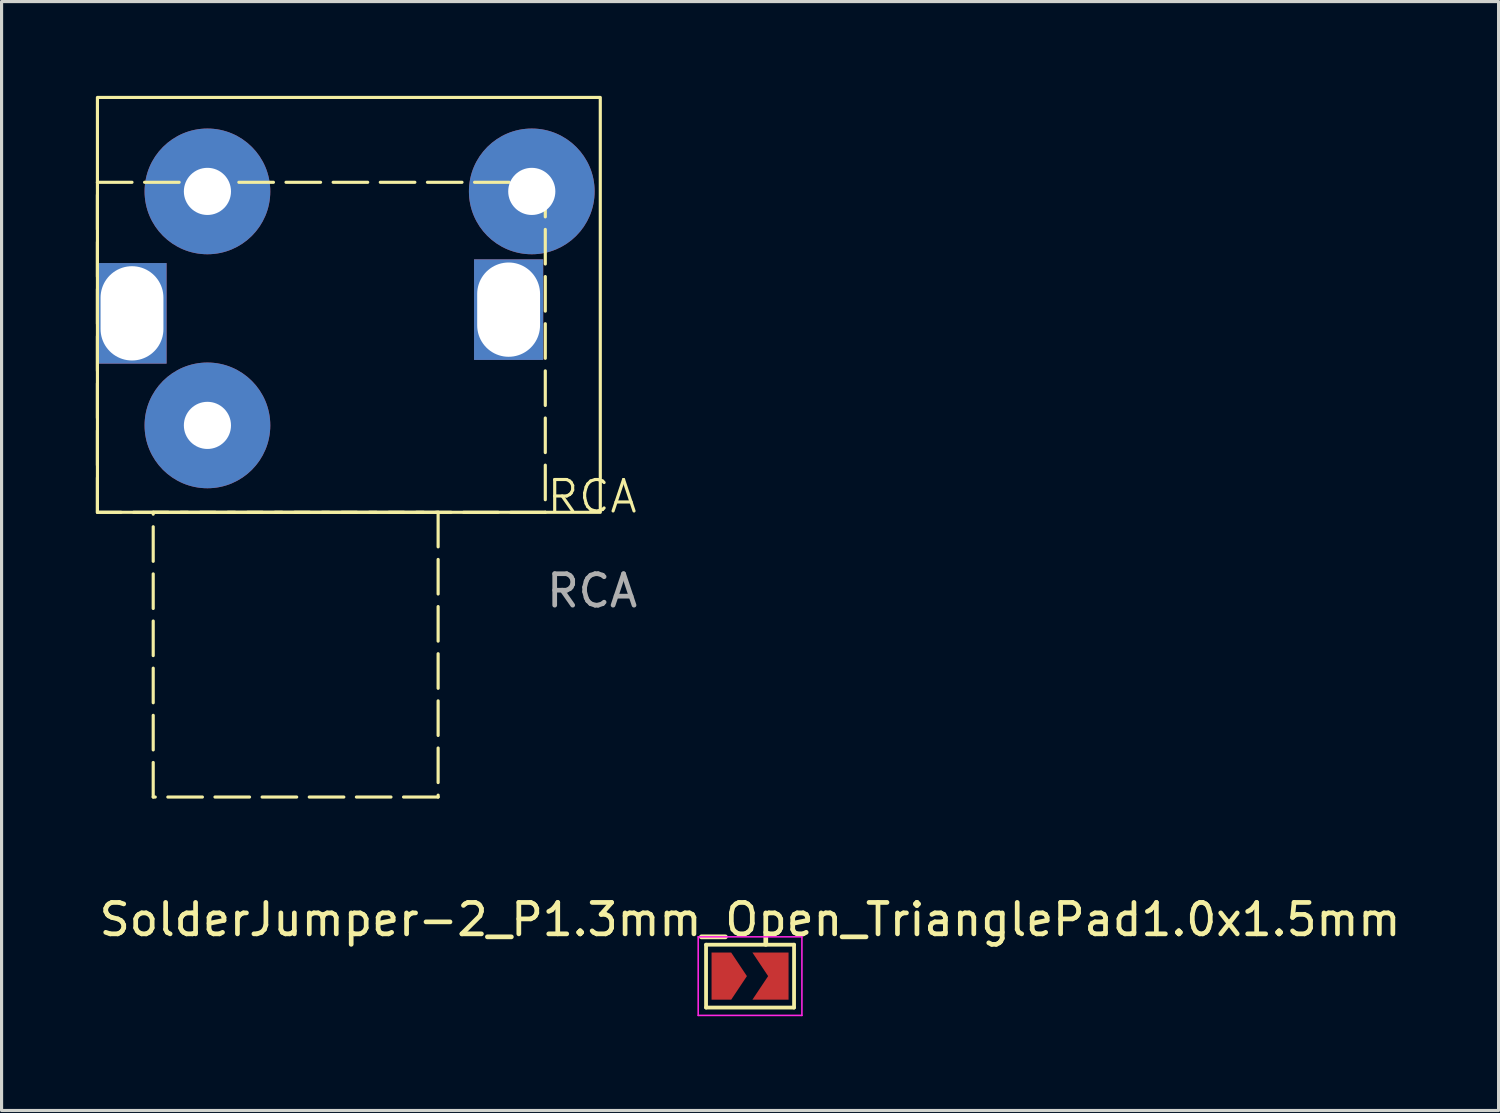
<source format=kicad_pcb>
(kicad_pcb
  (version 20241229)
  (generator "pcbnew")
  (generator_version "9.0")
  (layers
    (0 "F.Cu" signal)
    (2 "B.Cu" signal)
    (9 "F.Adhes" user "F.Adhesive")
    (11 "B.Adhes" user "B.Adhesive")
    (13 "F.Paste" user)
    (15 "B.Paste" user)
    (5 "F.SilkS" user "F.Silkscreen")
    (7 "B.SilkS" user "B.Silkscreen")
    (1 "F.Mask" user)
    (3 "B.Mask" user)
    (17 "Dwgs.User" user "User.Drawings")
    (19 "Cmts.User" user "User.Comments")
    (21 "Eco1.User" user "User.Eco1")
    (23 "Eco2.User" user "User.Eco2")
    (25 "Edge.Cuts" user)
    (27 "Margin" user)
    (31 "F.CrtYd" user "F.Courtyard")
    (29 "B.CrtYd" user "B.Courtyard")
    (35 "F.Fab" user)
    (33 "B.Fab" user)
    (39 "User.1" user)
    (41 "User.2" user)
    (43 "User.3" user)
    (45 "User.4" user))
  (footprint "SolderJumper-2_P1.3mm_Open_TrianglePad1.0x1.5mm"
    (layer "F.Cu")
    (at 20.815 28.008)
    (property "Reference" "SolderJumper-2_P1.3mm_Open_TrianglePad1.0x1.5mm" (at 0 -1.8 0) (layer "F.SilkS") (effects (font (size 1 1) (thickness 0.15))))
    (attr exclude_from_pos_files exclude_from_bom)
    (fp_line (start -1.4 -1) (end 1.4 -1) (stroke (width 0.12) (type solid)) (layer "F.SilkS"))
    (fp_line (start -1.4 1) (end -1.4 -1) (stroke (width 0.12) (type solid)) (layer "F.SilkS"))
    (fp_line (start 1.4 -1) (end 1.4 1) (stroke (width 0.12) (type solid)) (layer "F.SilkS"))
    (fp_line (start 1.4 1) (end -1.4 1) (stroke (width 0.12) (type solid)) (layer "F.SilkS"))
    (fp_line (start -1.65 -1.25) (end -1.65 1.25) (stroke (width 0.05) (type solid)) (layer "F.CrtYd"))
    (fp_line (start -1.65 -1.25) (end 1.65 -1.25) (stroke (width 0.05) (type solid)) (layer "F.CrtYd"))
    (fp_line (start 1.65 1.25) (end -1.65 1.25) (stroke (width 0.05) (type solid)) (layer "F.CrtYd"))
    (fp_line (start 1.65 1.25) (end 1.65 -1.25) (stroke (width 0.05) (type solid)) (layer "F.CrtYd"))
    (pad "1" smd custom (at -0.725 0) (size 0.3 0.3) (layers "F.Cu" "F.Mask") (options (anchor rect)) (primitives (gr_poly (pts (xy 0.625 0) (xy 0.125 0.75) (xy -0.5 0.75) (xy -0.5 -0.75) (xy 0.125 -0.75)) (width 0) (fill yes))))
    (pad "2" smd custom (at 0.725 0) (size 0.3 0.3) (layers "F.Cu" "F.Mask") (options (anchor rect)) (primitives (gr_poly (pts (xy 0.5 0.75) (xy -0.65 0.75) (xy -0.15 0) (xy -0.65 -0.75) (xy 0.5 -0.75)) (width 0) (fill yes)))))
  (footprint "RCA"
    (layer "F.Cu")
    (at 0.3 13.25)
    (property "Reference" "RCA" (at 15.49 -0.5 0) (unlocked yes) (layer "F.SilkS") (effects (font (size 1 1) (thickness 0.1))))
    (attr through_hole)
    (fp_rect (start -0.25 -13.2) (end 15.75 0) (stroke (width 0.1) (type default)) (fill no) (layer "F.SilkS"))
    (fp_rect (start -0.25 -10.5) (end 14 0) (stroke (width 0.1) (type dash)) (fill no) (layer "F.SilkS"))
    (fp_rect (start 1.525 0) (end 10.59 9.06) (stroke (width 0.1) (type dash)) (fill no) (layer "F.SilkS"))
    (fp_text user "${REFERENCE}" (at 15.49 2.5 0) (unlocked yes) (layer "F.Fab") (effects (font (size 1 1) (thickness 0.15))))
    (pad "" np_thru_hole rect (at 0.85 -6.33) (size 2.2 3.2) (drill oval 2 3) (layers "*.Cu" "*.Mask"))
    (pad "" np_thru_hole rect (at 12.833 -6.448) (size 2.2 3.2) (drill oval 2 3) (layers "*.Cu" "*.Mask"))
    (pad "1" thru_hole circle (at 13.57 -10.21) (size 4 4) (drill 1.5) (layers "*.Cu" "*.Mask"))
    (pad "2" thru_hole circle (at 3.25 -10.21) (size 4 4) (drill 1.5) (layers "*.Cu" "*.Mask"))
    (pad "3" thru_hole circle (at 3.25 -2.765) (size 4 4) (drill 1.5) (layers "*.Cu" "*.Mask")))
  (gr_rect
    (start -3 -3)
    (end 44.631 32.283)
    (stroke (width 0.1) (type default))
    (fill no)
    (layer "Edge.Cuts")))
</source>
